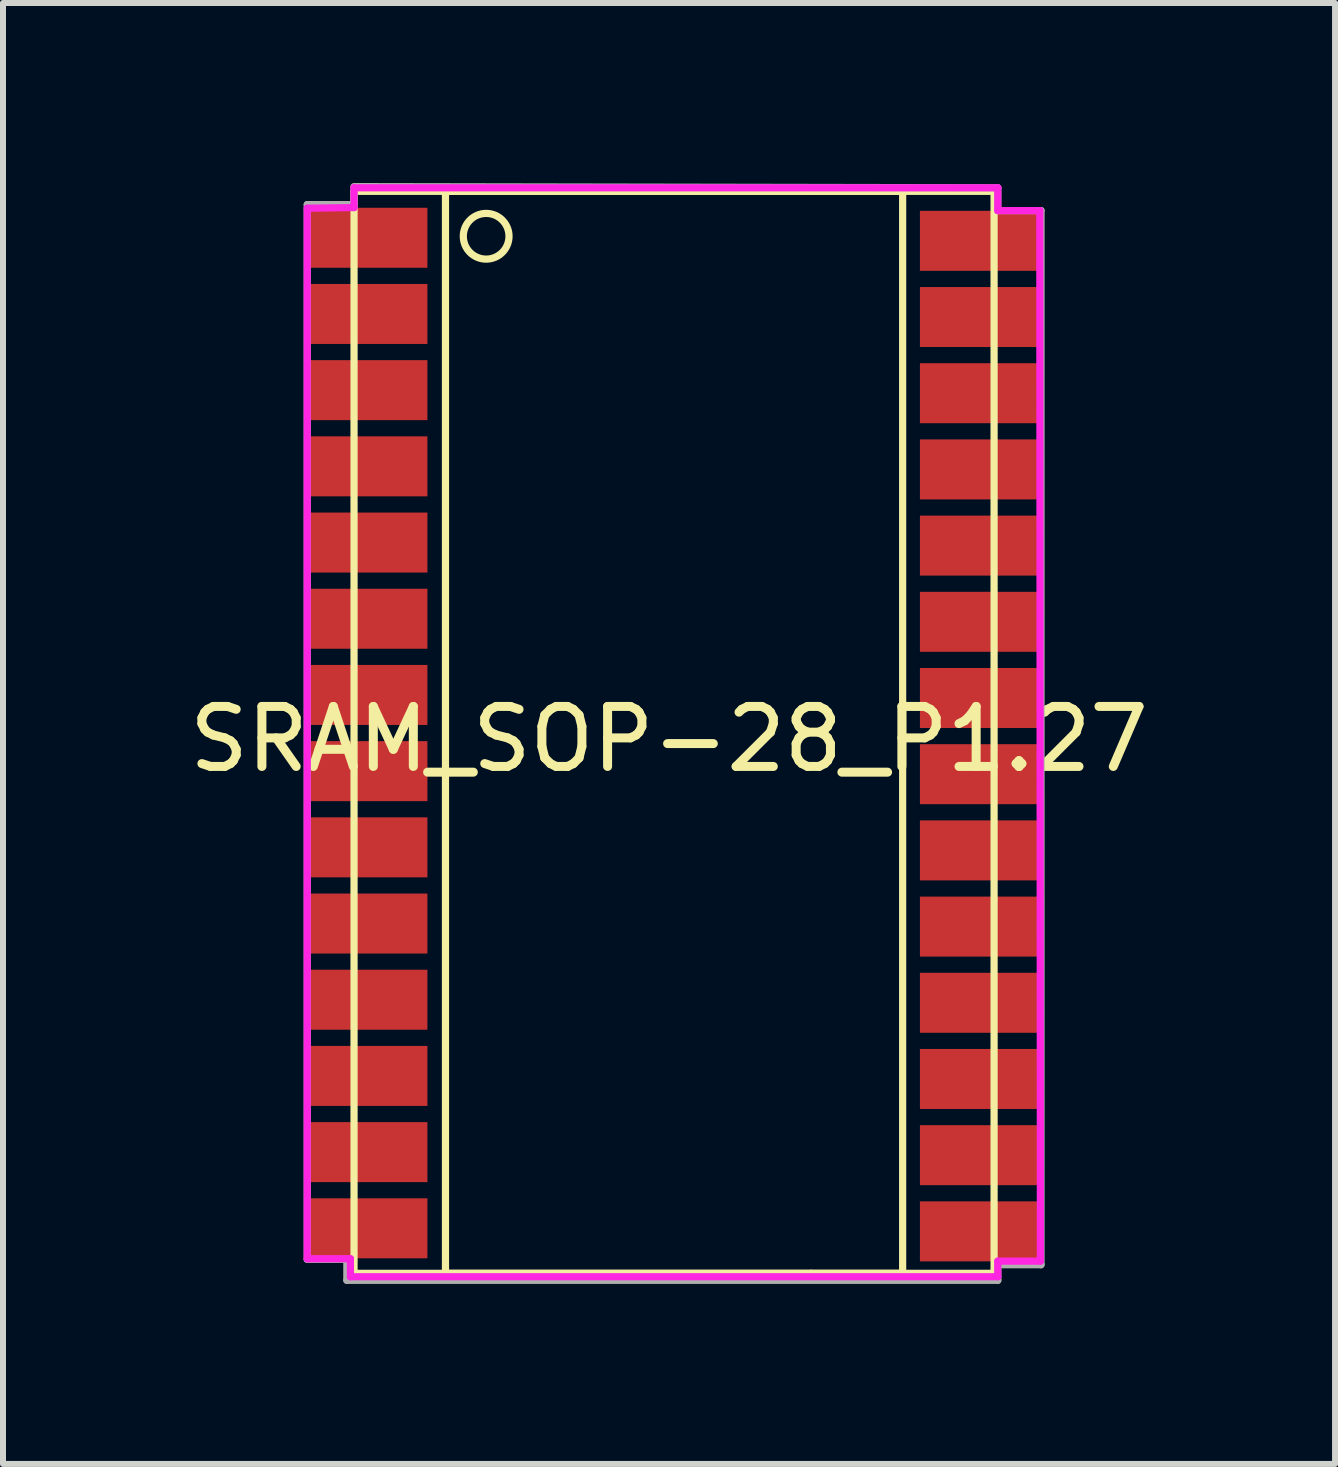
<source format=kicad_pcb>
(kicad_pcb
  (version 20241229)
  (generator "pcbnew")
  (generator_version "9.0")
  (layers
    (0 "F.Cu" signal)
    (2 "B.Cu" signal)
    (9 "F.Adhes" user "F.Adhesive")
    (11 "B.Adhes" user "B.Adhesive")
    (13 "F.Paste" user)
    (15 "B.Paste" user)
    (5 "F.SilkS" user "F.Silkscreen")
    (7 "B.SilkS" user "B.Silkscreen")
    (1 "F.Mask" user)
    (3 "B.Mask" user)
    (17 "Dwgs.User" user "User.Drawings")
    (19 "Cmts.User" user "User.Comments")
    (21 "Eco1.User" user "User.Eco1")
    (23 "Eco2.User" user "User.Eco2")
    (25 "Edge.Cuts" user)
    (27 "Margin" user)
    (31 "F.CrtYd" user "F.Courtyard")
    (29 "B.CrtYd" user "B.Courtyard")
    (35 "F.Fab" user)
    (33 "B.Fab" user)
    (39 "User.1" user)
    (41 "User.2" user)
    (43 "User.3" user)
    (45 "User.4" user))
  (footprint "SRAM_SOP-28_P1.27"
    (layer "F.Cu")
    (at 8.101 8)
    (property "Reference" "SRAM_SOP-28_P1.27" (at 0 1.27 0) (layer "F.SilkS") (effects (font (size 1 1) (thickness 0.15))))
    (attr through_hole)
    (fp_line (start -5.25 -7.861) (end 2.37 -7.861) (stroke (width 0.12) (type solid)) (layer "F.SilkS"))
    (fp_line (start -5.25 10.173) (end -5.25 -7.861) (stroke (width 0.12) (type solid)) (layer "F.SilkS"))
    (fp_line (start -3.726 -7.861) (end 3.894 -7.861) (stroke (width 0.12) (type solid)) (layer "F.SilkS"))
    (fp_line (start -3.726 -7.798) (end -3.726 -7.861) (stroke (width 0.12) (type solid)) (layer "F.SilkS"))
    (fp_line (start -3.726 10.173) (end -3.726 -7.798) (stroke (width 0.12) (type solid)) (layer "F.SilkS"))
    (fp_line (start 2.37 -7.861) (end 5.418 -7.861) (stroke (width 0.12) (type solid)) (layer "F.SilkS"))
    (fp_line (start 2.37 10.173) (end -5.25 10.173) (stroke (width 0.12) (type solid)) (layer "F.SilkS"))
    (fp_line (start 3.894 -7.861) (end 3.894 10.173) (stroke (width 0.12) (type solid)) (layer "F.SilkS"))
    (fp_line (start 3.894 10.173) (end -3.726 10.173) (stroke (width 0.12) (type solid)) (layer "F.SilkS"))
    (fp_line (start 5.418 -7.861) (end 5.418 10.173) (stroke (width 0.12) (type solid)) (layer "F.SilkS"))
    (fp_line (start 5.418 10.173) (end 2.37 10.173) (stroke (width 0.12) (type solid)) (layer "F.SilkS"))
    (fp_circle (center -3.048 -7.112) (end -2.667 -7.112) (stroke (width 0.12) (type solid)) (fill no) (layer "F.SilkS"))
    (fp_line (start -6.03 -7.58) (end -6.03 9.93) (stroke (width 0.12) (type solid)) (layer "F.CrtYd"))
    (fp_line (start -6.03 9.93) (end -5.31 9.93) (stroke (width 0.12) (type solid)) (layer "F.CrtYd"))
    (fp_line (start -5.31 9.93) (end -5.31 10.23) (stroke (width 0.12) (type solid)) (layer "F.CrtYd"))
    (fp_line (start -5.31 10.23) (end 5.48 10.23) (stroke (width 0.12) (type solid)) (layer "F.CrtYd"))
    (fp_line (start -5.25 -7.92) (end -5.25 -7.59) (stroke (width 0.12) (type solid)) (layer "F.CrtYd"))
    (fp_line (start -5.25 -7.59) (end -6.03 -7.58) (stroke (width 0.12) (type solid)) (layer "F.CrtYd"))
    (fp_line (start 5.48 -7.92) (end -5.25 -7.92) (stroke (width 0.12) (type solid)) (layer "F.CrtYd"))
    (fp_line (start 5.48 -7.54) (end 5.48 -7.92) (stroke (width 0.12) (type solid)) (layer "F.CrtYd"))
    (fp_line (start 5.48 9.97) (end 6.19 9.97) (stroke (width 0.12) (type solid)) (layer "F.CrtYd"))
    (fp_line (start 5.48 10.23) (end 5.48 9.97) (stroke (width 0.12) (type solid)) (layer "F.CrtYd"))
    (fp_line (start 6.18 -7.54) (end 5.48 -7.54) (stroke (width 0.12) (type solid)) (layer "F.CrtYd"))
    (fp_line (start 6.19 9.97) (end 6.18 -7.54) (stroke (width 0.12) (type solid)) (layer "F.CrtYd"))
    (fp_line (start -6.03 -7.64) (end -6.03 9.94) (stroke (width 0.12) (type solid)) (layer "F.Fab"))
    (fp_line (start -6.03 9.94) (end -5.37 9.94) (stroke (width 0.12) (type solid)) (layer "F.Fab"))
    (fp_line (start -5.37 9.94) (end -5.37 10.29) (stroke (width 0.12) (type solid)) (layer "F.Fab"))
    (fp_line (start -5.37 10.29) (end 5.48 10.29) (stroke (width 0.12) (type solid)) (layer "F.Fab"))
    (fp_line (start -5.25 -7.93) (end -5.25 -7.64) (stroke (width 0.12) (type solid)) (layer "F.Fab"))
    (fp_line (start -5.25 -7.64) (end -6.03 -7.64) (stroke (width 0.12) (type solid)) (layer "F.Fab"))
    (fp_line (start 5.48 -7.92) (end -5.25 -7.94) (stroke (width 0.12) (type solid)) (layer "F.Fab"))
    (fp_line (start 5.48 -7.92) (end 5.48 -7.54) (stroke (width 0.12) (type solid)) (layer "F.Fab"))
    (fp_line (start 5.48 -7.54) (end 6.2 -7.54) (stroke (width 0.12) (type solid)) (layer "F.Fab"))
    (fp_line (start 5.48 10.03) (end 6.2 10.03) (stroke (width 0.12) (type solid)) (layer "F.Fab"))
    (fp_line (start 5.48 10.29) (end 5.48 10.03) (stroke (width 0.12) (type solid)) (layer "F.Fab"))
    (fp_line (start 6.2 10.03) (end 6.2 -7.54) (stroke (width 0.12) (type solid)) (layer "F.Fab"))
    (pad "1" smd rect (at -5.027 -7.087) (size 2 1) (layers "F.Cu" "F.Mask" "F.Paste"))
    (pad "2" smd rect (at -5.027 -5.817) (size 2 1) (layers "F.Cu" "F.Mask" "F.Paste"))
    (pad "3" smd rect (at -5.027 -4.547) (size 2 1) (layers "F.Cu" "F.Mask" "F.Paste"))
    (pad "4" smd rect (at -5.027 -3.277) (size 2 1) (layers "F.Cu" "F.Mask" "F.Paste"))
    (pad "5" smd rect (at -5.027 -2.007) (size 2 1) (layers "F.Cu" "F.Mask" "F.Paste"))
    (pad "6" smd rect (at -5.027 -0.737) (size 2 1) (layers "F.Cu" "F.Mask" "F.Paste"))
    (pad "7" smd rect (at -5.027 0.533) (size 2 1) (layers "F.Cu" "F.Mask" "F.Paste"))
    (pad "8" smd rect (at -5.027 1.803) (size 2 1) (layers "F.Cu" "F.Mask" "F.Paste"))
    (pad "9" smd rect (at -5.027 3.073) (size 2 1) (layers "F.Cu" "F.Mask" "F.Paste"))
    (pad "10" smd rect (at -5.027 4.343) (size 2 1) (layers "F.Cu" "F.Mask" "F.Paste"))
    (pad "11" smd rect (at -5.027 5.613) (size 2 1) (layers "F.Cu" "F.Mask" "F.Paste"))
    (pad "12" smd rect (at -5.027 6.883) (size 2 1) (layers "F.Cu" "F.Mask" "F.Paste"))
    (pad "13" smd rect (at -5.027 8.153) (size 2 1) (layers "F.Cu" "F.Mask" "F.Paste"))
    (pad "14" smd rect (at -5.027 9.423) (size 2 1) (layers "F.Cu" "F.Mask" "F.Paste"))
    (pad "15" smd rect (at 5.182 9.474) (size 2 1) (layers "F.Cu" "F.Mask" "F.Paste"))
    (pad "16" smd rect (at 5.182 8.204) (size 2 1) (layers "F.Cu" "F.Mask" "F.Paste"))
    (pad "17" smd rect (at 5.182 6.934) (size 2 1) (layers "F.Cu" "F.Mask" "F.Paste"))
    (pad "18" smd rect (at 5.182 5.664) (size 2 1) (layers "F.Cu" "F.Mask" "F.Paste"))
    (pad "19" smd rect (at 5.182 4.394) (size 2 1) (layers "F.Cu" "F.Mask" "F.Paste"))
    (pad "20" smd rect (at 5.182 3.124) (size 2 1) (layers "F.Cu" "F.Mask" "F.Paste"))
    (pad "21" smd rect (at 5.182 1.854) (size 2 1) (layers "F.Cu" "F.Mask" "F.Paste"))
    (pad "22" smd rect (at 5.182 0.584) (size 2 1) (layers "F.Cu" "F.Mask" "F.Paste"))
    (pad "23" smd rect (at 5.182 -0.686) (size 2 1) (layers "F.Cu" "F.Mask" "F.Paste"))
    (pad "24" smd rect (at 5.182 -1.956) (size 2 1) (layers "F.Cu" "F.Mask" "F.Paste"))
    (pad "25" smd rect (at 5.182 -3.226) (size 2 1) (layers "F.Cu" "F.Mask" "F.Paste"))
    (pad "26" smd rect (at 5.182 -4.496) (size 2 1) (layers "F.Cu" "F.Mask" "F.Paste"))
    (pad "27" smd rect (at 5.182 -5.766) (size 2 1) (layers "F.Cu" "F.Mask" "F.Paste"))
    (pad "28" smd rect (at 5.182 -7.036) (size 2 1) (layers "F.Cu" "F.Mask" "F.Paste")))
  (gr_rect
    (start -3 -3)
    (end 19.202 21.35)
    (stroke (width 0.1) (type default))
    (fill no)
    (layer "Edge.Cuts")))
</source>
